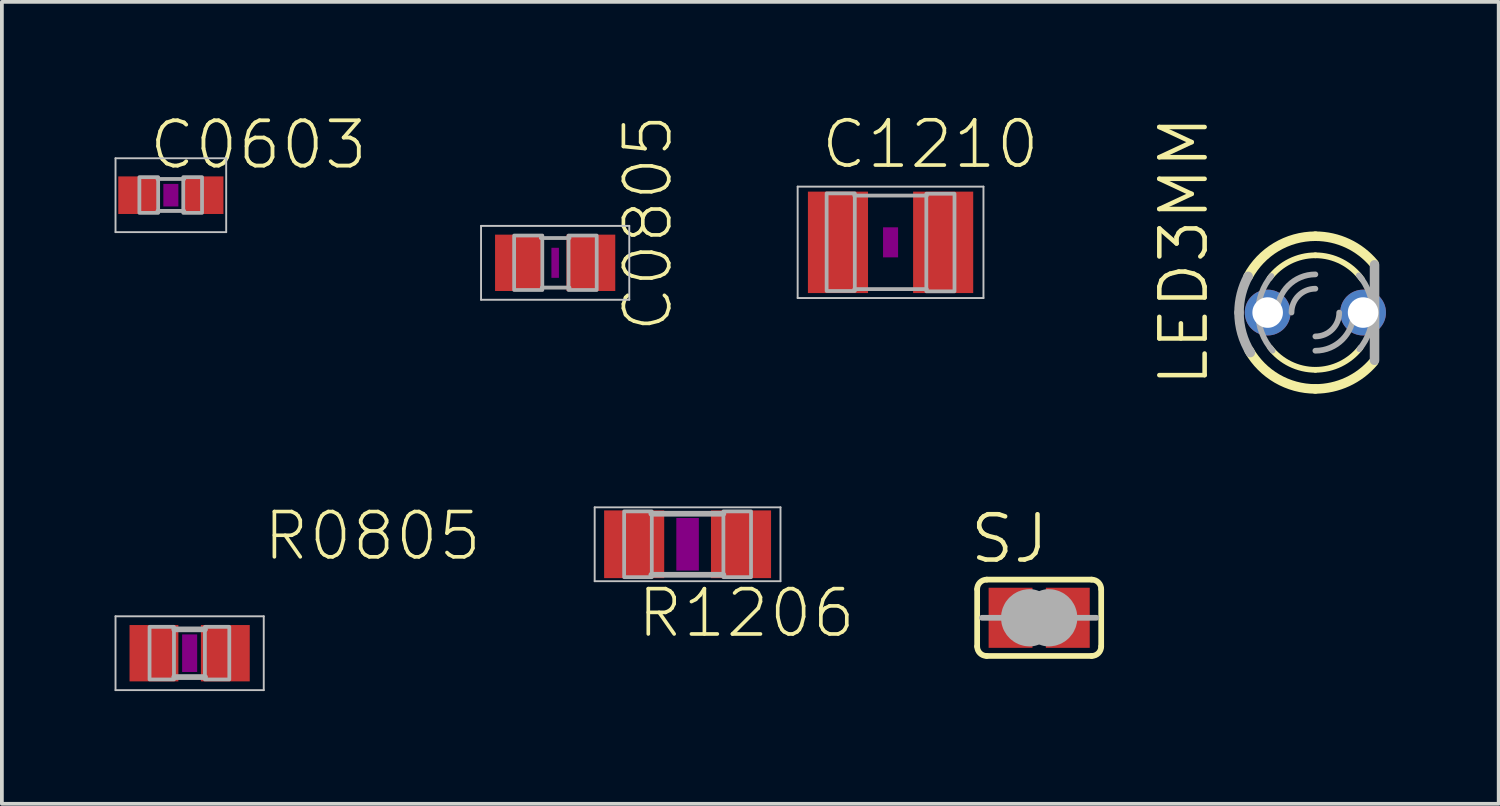
<source format=kicad_pcb>
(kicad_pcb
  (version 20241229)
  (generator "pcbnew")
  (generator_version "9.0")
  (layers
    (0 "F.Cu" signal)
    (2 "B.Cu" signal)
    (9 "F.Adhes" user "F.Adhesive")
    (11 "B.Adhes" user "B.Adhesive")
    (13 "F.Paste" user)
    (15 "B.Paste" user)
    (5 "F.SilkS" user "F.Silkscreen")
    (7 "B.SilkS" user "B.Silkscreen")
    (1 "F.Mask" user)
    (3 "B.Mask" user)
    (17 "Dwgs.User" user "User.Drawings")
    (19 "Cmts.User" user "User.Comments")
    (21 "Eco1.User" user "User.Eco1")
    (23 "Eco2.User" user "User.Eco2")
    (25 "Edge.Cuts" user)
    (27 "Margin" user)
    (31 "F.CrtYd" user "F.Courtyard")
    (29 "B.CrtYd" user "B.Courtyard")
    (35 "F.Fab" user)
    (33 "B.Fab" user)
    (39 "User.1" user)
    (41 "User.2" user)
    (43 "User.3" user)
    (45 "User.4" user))
  (footprint "LED3MM"
    (layer "F.Cu")
    (at 31.964 5.27)
    (property "Reference" "LED3MM" (at -2.794 2.032 270) (layer "F.SilkS") (effects (font (size 1.206 1.206) (thickness 0.121)) (justify left bottom)))
    (attr through_hole)
    (fp_arc (start -1.7929 -0.9562) (mid -1.045438 -1.7424) (end 0 -2.032) (stroke (width 0.254) (type solid)) (layer "F.SilkS"))
    (fp_arc (start -1.2192 -0.9144) (mid -0.681554 -1.363107) (end 0 -1.524) (stroke (width 0.1524) (type solid)) (layer "F.SilkS"))
    (fp_arc (start 0 -2.032) (mid 0.861864 -1.840173) (end 1.561 -1.3009) (stroke (width 0.254) (type solid)) (layer "F.SilkS"))
    (fp_arc (start 0 -1.524) (mid 0.697339 -1.355082) (end 1.2401 -0.885801) (stroke (width 0.1524) (type solid)) (layer "F.SilkS"))
    (fp_arc (start 0 1.524) (mid -0.669593 1.369018) (end -1.203 0.9356) (stroke (width 0.1524) (type solid)) (layer "F.SilkS"))
    (fp_arc (start 0 2.032) (mid -1.019924 1.757525) (end -1.7643 1.0082) (stroke (width 0.254) (type solid)) (layer "F.SilkS"))
    (fp_arc (start 1.203 0.9356) (mid 0.669593 1.369018) (end 0 1.524) (stroke (width 0.1524) (type solid)) (layer "F.SilkS"))
    (fp_arc (start 1.5512 1.3126) (mid 0.854953 1.843405) (end 0 2.032) (stroke (width 0.254) (type solid)) (layer "F.SilkS"))
    (fp_line (start 1.575 1.27) (end 1.575 -1.27) (stroke (width 0.254) (type solid)) (layer "F.Fab"))
    (fp_arc (start -2.032 0) (mid -1.970339 -0.496775) (end -1.7891 -0.9634) (stroke (width 0.254) (type solid)) (layer "F.Fab"))
    (fp_arc (start -1.7306 1.065) (mid -1.95521 0.553417) (end -2.032 0) (stroke (width 0.254) (type solid)) (layer "F.Fab"))
    (fp_arc (start -1.524 0) (mid -1.432981 -0.518783) (end -1.1708 -0.9756) (stroke (width 0.1524) (type solid)) (layer "F.Fab"))
    (fp_arc (start -1.1391 1.0125) (mid -1.42454 0.5416) (end -1.524 0) (stroke (width 0.1524) (type solid)) (layer "F.Fab"))
    (fp_arc (start -1.016 0) (mid -0.71842 -0.71842) (end 0 -1.016) (stroke (width 0.1524) (type solid)) (layer "F.Fab"))
    (fp_arc (start -0.635 0) (mid -0.449013 -0.449013) (end 0 -0.635) (stroke (width 0.1524) (type solid)) (layer "F.Fab"))
    (fp_arc (start 0.635 0) (mid 0.449013 0.449013) (end 0 0.635) (stroke (width 0.1524) (type solid)) (layer "F.Fab"))
    (fp_arc (start 1.016 0) (mid 0.71842 0.71842) (end 0 1.016) (stroke (width 0.1524) (type solid)) (layer "F.Fab"))
    (fp_arc (start 1.1571 -0.9918) (mid 1.429332 -0.528744) (end 1.524 0) (stroke (width 0.1524) (type solid)) (layer "F.Fab"))
    (fp_arc (start 1.524 0) (mid 1.432981 0.518783) (end 1.1708 0.9756) (stroke (width 0.1524) (type solid)) (layer "F.Fab"))
    (pad "A" thru_hole circle (at -1.27 0) (size 1.219 1.219) (drill 0.813) (layers "*.Cu" "*.Mask"))
    (pad "K" thru_hole circle (at 1.27 0) (size 1.219 1.219) (drill 0.813) (layers "*.Cu" "*.Mask")))
  (footprint "SJ"
    (layer "F.Cu")
    (at 24.612 13.395)
    (property "Reference" "SJ" (at -1.905 -1.397 180) (layer "F.SilkS") (effects (font (size 1.206 1.206) (thickness 0.121)) (justify left bottom)))
    (attr through_hole)
    (fp_poly (pts (xy -0.076 0.914) (xy 0.076 0.914) (xy 0.076 -0.914) (xy -0.076 -0.914)) (stroke (width 0) (type solid)) (fill yes) (layer "F.Mask"))
    (fp_line (start -1.651 0.762) (end -1.651 -0.762) (stroke (width 0.152) (type solid)) (layer "F.SilkS"))
    (fp_line (start -1.397 -1.016) (end 1.397 -1.016) (stroke (width 0.152) (type solid)) (layer "F.SilkS"))
    (fp_line (start 1.397 1.016) (end -1.397 1.016) (stroke (width 0.152) (type solid)) (layer "F.SilkS"))
    (fp_line (start 1.651 0.762) (end 1.651 -0.762) (stroke (width 0.152) (type solid)) (layer "F.SilkS"))
    (fp_arc (start -1.651 -0.762) (mid -1.576605 -0.941605) (end -1.397 -1.016) (stroke (width 0.1524) (type solid)) (layer "F.SilkS"))
    (fp_arc (start -1.397 1.016) (mid -1.576605 0.941605) (end -1.651 0.762) (stroke (width 0.1524) (type solid)) (layer "F.SilkS"))
    (fp_arc (start 1.397 -1.016) (mid 1.576605 -0.941605) (end 1.651 -0.762) (stroke (width 0.1524) (type solid)) (layer "F.SilkS"))
    (fp_arc (start 1.651 0.762) (mid 1.576605 0.941605) (end 1.397 1.016) (stroke (width 0.1524) (type solid)) (layer "F.SilkS"))
    (fp_line (start -1.016 0) (end -1.524 0) (stroke (width 0.152) (type solid)) (layer "F.Fab"))
    (fp_line (start 1.016 0) (end 1.524 0) (stroke (width 0.152) (type solid)) (layer "F.Fab"))
    (fp_arc (start -0.254 0.127) (mid -0.381 0) (end -0.254 -0.127) (stroke (width 1.27) (type solid)) (layer "F.Fab"))
    (fp_arc (start 0.254 -0.127) (mid 0.381 0) (end 0.254 0.127) (stroke (width 1.27) (type solid)) (layer "F.Fab"))
    (pad "1" smd rect (at -0.762 0) (size 1.168 1.6) (layers "F.Cu" "F.Mask" "F.Paste"))
    (pad "2" smd rect (at 0.762 0) (size 1.168 1.6) (layers "F.Cu" "F.Mask" "F.Paste")))
  (footprint "C1210"
    (layer "F.Cu")
    (at 20.656 3.401)
    (property "Reference" "C1210" (at -1.905 -1.905 0) (layer "F.SilkS") (effects (font (size 1.206 1.206) (thickness 0.097)) (justify left bottom)))
    (attr through_hole)
    (fp_poly (pts (xy -0.2 0.4) (xy 0.2 0.4) (xy 0.2 -0.4) (xy -0.2 -0.4)) (stroke (width 0) (type solid)) (fill yes) (layer "F.Adhes"))
    (fp_line (start -2.473 -1.483) (end 2.473 -1.483) (stroke (width 0.051) (type solid)) (layer "Dwgs.User"))
    (fp_line (start -2.473 1.483) (end -2.473 -1.483) (stroke (width 0.051) (type solid)) (layer "Dwgs.User"))
    (fp_line (start 2.473 -1.483) (end 2.473 1.483) (stroke (width 0.051) (type solid)) (layer "Dwgs.User"))
    (fp_line (start 2.473 1.483) (end -2.473 1.483) (stroke (width 0.051) (type solid)) (layer "Dwgs.User"))
    (fp_line (start -0.965 -1.245) (end 0.965 -1.245) (stroke (width 0.102) (type solid)) (layer "F.Fab"))
    (fp_line (start -0.965 1.245) (end 0.965 1.245) (stroke (width 0.102) (type solid)) (layer "F.Fab"))
    (fp_poly (pts (xy -1.702 1.295) (xy -0.952 1.295) (xy -0.952 -1.304) (xy -1.702 -1.304)) (stroke (width 0.1) (type solid)) (fill no) (layer "F.Fab"))
    (fp_poly (pts (xy 0.952 1.304) (xy 1.702 1.304) (xy 1.702 -1.295) (xy 0.952 -1.295)) (stroke (width 0.1) (type solid)) (fill no) (layer "F.Fab"))
    (pad "1" smd rect (at -1.4 0) (size 1.6 2.7) (layers "F.Cu" "F.Mask" "F.Paste"))
    (pad "2" smd rect (at 1.4 0) (size 1.6 2.7) (layers "F.Cu" "F.Mask" "F.Paste")))
  (footprint "C0603"
    (layer "F.Cu")
    (at 1.498 2.146)
    (property "Reference" "C0603" (at -0.635 -0.635 0) (layer "F.SilkS") (effects (font (size 1.206 1.206) (thickness 0.102)) (justify left bottom)))
    (attr through_hole)
    (fp_poly (pts (xy -0.2 0.3) (xy 0.2 0.3) (xy 0.2 -0.3) (xy -0.2 -0.3)) (stroke (width 0) (type solid)) (fill yes) (layer "F.Adhes"))
    (fp_line (start -1.473 -0.983) (end 1.473 -0.983) (stroke (width 0.051) (type solid)) (layer "Dwgs.User"))
    (fp_line (start -1.473 0.983) (end -1.473 -0.983) (stroke (width 0.051) (type solid)) (layer "Dwgs.User"))
    (fp_line (start 1.473 -0.983) (end 1.473 0.983) (stroke (width 0.051) (type solid)) (layer "Dwgs.User"))
    (fp_line (start 1.473 0.983) (end -1.473 0.983) (stroke (width 0.051) (type solid)) (layer "Dwgs.User"))
    (fp_line (start -0.356 -0.432) (end 0.356 -0.432) (stroke (width 0.102) (type solid)) (layer "F.Fab"))
    (fp_line (start -0.356 0.419) (end 0.356 0.419) (stroke (width 0.102) (type solid)) (layer "F.Fab"))
    (fp_poly (pts (xy -0.838 0.47) (xy -0.338 0.47) (xy -0.338 -0.48) (xy -0.838 -0.48)) (stroke (width 0.1) (type solid)) (fill no) (layer "F.Fab"))
    (fp_poly (pts (xy 0.33 0.47) (xy 0.83 0.47) (xy 0.83 -0.48) (xy 0.33 -0.48)) (stroke (width 0.1) (type solid)) (fill no) (layer "F.Fab"))
    (pad "1" smd rect (at -0.85 0) (size 1.1 1) (layers "F.Cu" "F.Mask" "F.Paste"))
    (pad "2" smd rect (at 0.85 0) (size 1.1 1) (layers "F.Cu" "F.Mask" "F.Paste")))
  (footprint "R0805"
    (layer "F.Cu")
    (at 1.998 14.338)
    (property "Reference" "R0805" (at 1.905 -2.413 180) (layer "F.SilkS") (effects (font (size 1.206 1.206) (thickness 0.097)) (justify left bottom)))
    (attr through_hole)
    (fp_poly (pts (xy -0.2 0.5) (xy 0.2 0.5) (xy 0.2 -0.5) (xy -0.2 -0.5)) (stroke (width 0) (type solid)) (fill yes) (layer "F.Adhes"))
    (fp_line (start -1.973 -0.983) (end 1.973 -0.983) (stroke (width 0.051) (type solid)) (layer "Dwgs.User"))
    (fp_line (start -1.973 0.983) (end -1.973 -0.983) (stroke (width 0.051) (type solid)) (layer "Dwgs.User"))
    (fp_line (start 1.973 -0.983) (end 1.973 0.983) (stroke (width 0.051) (type solid)) (layer "Dwgs.User"))
    (fp_line (start 1.973 0.983) (end -1.973 0.983) (stroke (width 0.051) (type solid)) (layer "Dwgs.User"))
    (fp_line (start -0.41 -0.635) (end 0.41 -0.635) (stroke (width 0.152) (type solid)) (layer "F.Fab"))
    (fp_line (start -0.41 0.635) (end 0.41 0.635) (stroke (width 0.152) (type solid)) (layer "F.Fab"))
    (fp_poly (pts (xy -1.067 0.699) (xy -0.417 0.699) (xy -0.417 -0.702) (xy -1.067 -0.702)) (stroke (width 0.1) (type solid)) (fill no) (layer "F.Fab"))
    (fp_poly (pts (xy 0.406 0.699) (xy 1.056 0.699) (xy 1.056 -0.702) (xy 0.406 -0.702)) (stroke (width 0.1) (type solid)) (fill no) (layer "F.Fab"))
    (pad "1" smd rect (at -0.95 0) (size 1.3 1.5) (layers "F.Cu" "F.Mask" "F.Paste"))
    (pad "2" smd rect (at 0.95 0) (size 1.3 1.5) (layers "F.Cu" "F.Mask" "F.Paste")))
  (footprint "C0805"
    (layer "F.Cu")
    (at 11.728 3.946)
    (property "Reference" "C0805" (at 3.175 1.905 270) (layer "F.SilkS") (effects (font (size 1.206 1.206) (thickness 0.097)) (justify left bottom)))
    (attr through_hole)
    (fp_poly (pts (xy -0.1 0.4) (xy 0.1 0.4) (xy 0.1 -0.4) (xy -0.1 -0.4)) (stroke (width 0) (type solid)) (fill yes) (layer "F.Adhes"))
    (fp_line (start -1.973 -0.983) (end 1.973 -0.983) (stroke (width 0.051) (type solid)) (layer "Dwgs.User"))
    (fp_line (start -1.973 0.983) (end -1.973 -0.983) (stroke (width 0.051) (type solid)) (layer "Dwgs.User"))
    (fp_line (start 1.973 -0.983) (end 1.973 0.983) (stroke (width 0.051) (type solid)) (layer "Dwgs.User"))
    (fp_line (start 1.973 0.983) (end -1.973 0.983) (stroke (width 0.051) (type solid)) (layer "Dwgs.User"))
    (fp_line (start -0.381 -0.66) (end 0.381 -0.66) (stroke (width 0.102) (type solid)) (layer "F.Fab"))
    (fp_line (start -0.356 0.66) (end 0.381 0.66) (stroke (width 0.102) (type solid)) (layer "F.Fab"))
    (fp_poly (pts (xy -1.092 0.724) (xy -0.342 0.724) (xy -0.342 -0.726) (xy -1.092 -0.726)) (stroke (width 0.1) (type solid)) (fill no) (layer "F.Fab"))
    (fp_poly (pts (xy 0.356 0.724) (xy 1.106 0.724) (xy 1.106 -0.726) (xy 0.356 -0.726)) (stroke (width 0.1) (type solid)) (fill no) (layer "F.Fab"))
    (pad "1" smd rect (at -0.95 0) (size 1.3 1.5) (layers "F.Cu" "F.Mask" "F.Paste"))
    (pad "2" smd rect (at 0.95 0) (size 1.3 1.5) (layers "F.Cu" "F.Mask" "F.Paste")))
  (footprint "R1206"
    (layer "F.Cu")
    (at 15.253 11.438)
    (property "Reference" "R1206" (at -1.397 2.54 0) (layer "F.SilkS") (effects (font (size 1.206 1.206) (thickness 0.097)) (justify left bottom)))
    (attr through_hole)
    (fp_poly (pts (xy -0.3 0.7) (xy 0.3 0.7) (xy 0.3 -0.7) (xy -0.3 -0.7)) (stroke (width 0) (type solid)) (fill yes) (layer "F.Adhes"))
    (fp_line (start -2.473 -0.983) (end 2.473 -0.983) (stroke (width 0.051) (type solid)) (layer "Dwgs.User"))
    (fp_line (start -2.473 0.983) (end -2.473 -0.983) (stroke (width 0.051) (type solid)) (layer "Dwgs.User"))
    (fp_line (start 2.473 -0.983) (end 2.473 0.983) (stroke (width 0.051) (type solid)) (layer "Dwgs.User"))
    (fp_line (start 2.473 0.983) (end -2.473 0.983) (stroke (width 0.051) (type solid)) (layer "Dwgs.User"))
    (fp_line (start 0.953 -0.813) (end -0.965 -0.813) (stroke (width 0.152) (type solid)) (layer "F.Fab"))
    (fp_line (start 0.953 0.813) (end -0.965 0.813) (stroke (width 0.152) (type solid)) (layer "F.Fab"))
    (fp_poly (pts (xy -1.689 0.876) (xy -0.953 0.876) (xy -0.953 -0.876) (xy -1.689 -0.876)) (stroke (width 0.1) (type solid)) (fill no) (layer "F.Fab"))
    (fp_poly (pts (xy 0.953 0.876) (xy 1.689 0.876) (xy 1.689 -0.876) (xy 0.953 -0.876)) (stroke (width 0.1) (type solid)) (fill no) (layer "F.Fab"))
    (pad "1" smd rect (at -1.422 0) (size 1.6 1.803) (layers "F.Cu" "F.Mask" "F.Paste"))
    (pad "2" smd rect (at 1.422 0) (size 1.6 1.803) (layers "F.Cu" "F.Mask" "F.Paste")))
  (gr_rect
    (start -3 -3)
    (end 36.844 18.347)
    (stroke (width 0.1) (type default))
    (fill no)
    (layer "Edge.Cuts")))
</source>
